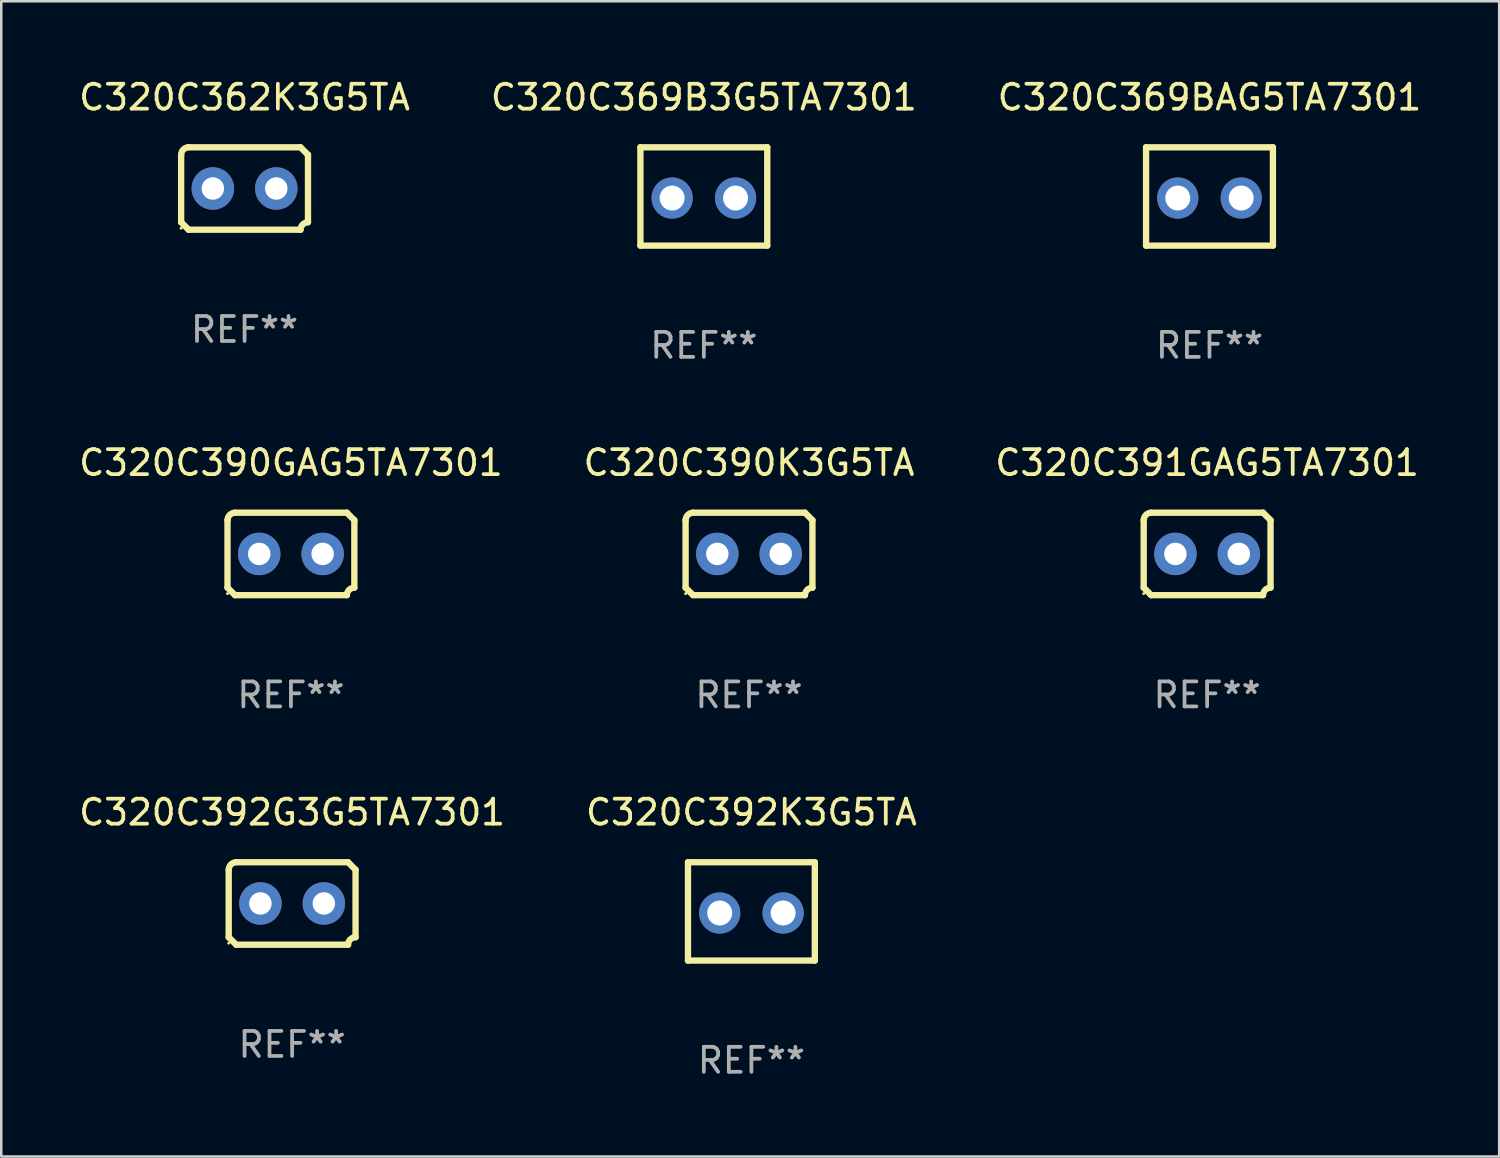
<source format=kicad_pcb>
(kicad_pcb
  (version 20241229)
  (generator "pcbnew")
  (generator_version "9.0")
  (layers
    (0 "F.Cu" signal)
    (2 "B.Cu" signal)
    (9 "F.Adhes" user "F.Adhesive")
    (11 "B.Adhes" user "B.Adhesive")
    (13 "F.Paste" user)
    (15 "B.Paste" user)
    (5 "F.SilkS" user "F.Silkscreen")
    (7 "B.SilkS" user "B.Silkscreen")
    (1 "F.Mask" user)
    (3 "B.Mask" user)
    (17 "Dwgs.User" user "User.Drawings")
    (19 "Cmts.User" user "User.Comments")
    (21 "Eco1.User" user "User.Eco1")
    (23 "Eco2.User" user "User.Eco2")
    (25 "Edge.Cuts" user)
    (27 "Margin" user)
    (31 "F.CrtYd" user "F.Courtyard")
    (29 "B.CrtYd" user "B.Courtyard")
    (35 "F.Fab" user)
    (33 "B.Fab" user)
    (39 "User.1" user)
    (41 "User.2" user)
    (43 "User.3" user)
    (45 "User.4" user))
  (footprint "C320C392K3G5TA"
    (layer "F.Cu")
    (at 27.042 33.449)
    (property "Reference" "C320C392K3G5TA" (at 0 -3.969 0) (layer "F.SilkS") (effects (font (size 1 1) (thickness 0.15))))
    (attr through_hole)
    (fp_line (start -2.54 -1.969) (end -2.54 1.969) (stroke (width 0.254) (type solid)) (layer "F.SilkS"))
    (fp_line (start -2.54 1.969) (end 2.54 1.969) (stroke (width 0.254) (type solid)) (layer "F.SilkS"))
    (fp_line (start 2.54 -1.969) (end -2.54 -1.969) (stroke (width 0.254) (type solid)) (layer "F.SilkS"))
    (fp_line (start 2.54 1.969) (end 2.54 -1.969) (stroke (width 0.254) (type solid)) (layer "F.SilkS"))
    (fp_circle (center -2.55 1.963) (end -2.52 1.963) (stroke (width 0.06) (type solid)) (fill no) (layer "F.SilkS"))
    (fp_text user "REF**" (at 0 5.969 0) (layer "F.Fab") (effects (font (size 1 1) (thickness 0.15))))
    (pad "1" thru_hole circle (at -1.27 0.064) (size 1.65 1.65) (drill 1) (layers "*.Cu" "*.Mask"))
    (pad "2" thru_hole circle (at 1.27 0.064) (size 1.65 1.65) (drill 1) (layers "*.Cu" "*.Mask")))
  (footprint "C320C390K3G5TA"
    (layer "F.Cu")
    (at 26.946 19.133)
    (property "Reference" "C320C390K3G5TA" (at 0 -3.651 0) (layer "F.SilkS") (effects (font (size 1 1) (thickness 0.15))))
    (attr through_hole)
    (fp_line (start -2.54 -1.351) (end -2.54 1.351) (stroke (width 0.254) (type solid)) (layer "F.SilkS"))
    (fp_line (start -2.24 -1.651) (end 2.24 -1.651) (stroke (width 0.254) (type solid)) (layer "F.SilkS"))
    (fp_line (start 2.24 1.651) (end -2.24 1.651) (stroke (width 0.254) (type solid)) (layer "F.SilkS"))
    (fp_line (start 2.54 1.351) (end 2.54 -1.351) (stroke (width 0.254) (type solid)) (layer "F.SilkS"))
    (fp_arc (start -2.540005 -1.351283) (mid -2.450115 -1.561309) (end -2.240005 -1.651003) (stroke (width 0.254001) (type solid)) (layer "F.SilkS"))
    (fp_arc (start -2.240287 1.651001) (mid -2.390163 1.501019) (end -2.540005 1.351003) (stroke (width 0.254001) (type solid)) (layer "F.SilkS"))
    (fp_arc (start 2.240005 1.651003) (mid 2.329934 1.441015) (end 2.540005 1.351282) (stroke (width 0.254001) (type solid)) (layer "F.SilkS"))
    (fp_arc (start 2.540005 -1.351003) (mid 2.389393 -1.500252) (end 2.240284 -1.651003) (stroke (width 0.254001) (type solid)) (layer "F.SilkS"))
    (fp_circle (center -2.54 1.59) (end -2.51 1.59) (stroke (width 0.06) (type solid)) (fill no) (layer "F.SilkS"))
    (fp_text user "REF**" (at 0 5.651 0) (layer "F.Fab") (effects (font (size 1 1) (thickness 0.15))))
    (pad "1" thru_hole circle (at -1.27 0) (size 1.7 1.7) (drill 0.9) (layers "*.Cu" "*.Mask"))
    (pad "2" thru_hole circle (at 1.27 0) (size 1.7 1.7) (drill 0.9) (layers "*.Cu" "*.Mask")))
  (footprint "C320C362K3G5TA"
    (layer "F.Cu")
    (at 6.744 4.499)
    (property "Reference" "C320C362K3G5TA" (at 0 -3.651 0) (layer "F.SilkS") (effects (font (size 1 1) (thickness 0.15))))
    (attr through_hole)
    (fp_line (start -2.54 -1.351) (end -2.54 1.351) (stroke (width 0.254) (type solid)) (layer "F.SilkS"))
    (fp_line (start -2.24 -1.651) (end 2.24 -1.651) (stroke (width 0.254) (type solid)) (layer "F.SilkS"))
    (fp_line (start 2.24 1.651) (end -2.24 1.651) (stroke (width 0.254) (type solid)) (layer "F.SilkS"))
    (fp_line (start 2.54 1.351) (end 2.54 -1.351) (stroke (width 0.254) (type solid)) (layer "F.SilkS"))
    (fp_arc (start -2.540005 -1.351283) (mid -2.450115 -1.561309) (end -2.240005 -1.651003) (stroke (width 0.254001) (type solid)) (layer "F.SilkS"))
    (fp_arc (start -2.240287 1.651001) (mid -2.390163 1.501019) (end -2.540005 1.351003) (stroke (width 0.254001) (type solid)) (layer "F.SilkS"))
    (fp_arc (start 2.240005 1.651003) (mid 2.329934 1.441015) (end 2.540005 1.351282) (stroke (width 0.254001) (type solid)) (layer "F.SilkS"))
    (fp_arc (start 2.540005 -1.351003) (mid 2.389393 -1.500252) (end 2.240284 -1.651003) (stroke (width 0.254001) (type solid)) (layer "F.SilkS"))
    (fp_circle (center -2.54 1.59) (end -2.51 1.59) (stroke (width 0.06) (type solid)) (fill no) (layer "F.SilkS"))
    (fp_text user "REF**" (at 0 5.651 0) (layer "F.Fab") (effects (font (size 1 1) (thickness 0.15))))
    (pad "1" thru_hole circle (at -1.27 0) (size 1.7 1.7) (drill 0.9) (layers "*.Cu" "*.Mask"))
    (pad "2" thru_hole circle (at 1.27 0) (size 1.7 1.7) (drill 0.9) (layers "*.Cu" "*.Mask")))
  (footprint "C320C391GAG5TA7301"
    (layer "F.Cu")
    (at 45.292 19.133)
    (property "Reference" "C320C391GAG5TA7301" (at 0 -3.651 0) (layer "F.SilkS") (effects (font (size 1 1) (thickness 0.15))))
    (attr through_hole)
    (fp_line (start -2.54 -1.351) (end -2.54 1.351) (stroke (width 0.254) (type solid)) (layer "F.SilkS"))
    (fp_line (start -2.24 -1.651) (end 2.24 -1.651) (stroke (width 0.254) (type solid)) (layer "F.SilkS"))
    (fp_line (start 2.24 1.651) (end -2.24 1.651) (stroke (width 0.254) (type solid)) (layer "F.SilkS"))
    (fp_line (start 2.54 1.351) (end 2.54 -1.351) (stroke (width 0.254) (type solid)) (layer "F.SilkS"))
    (fp_arc (start -2.540005 -1.351283) (mid -2.450115 -1.561309) (end -2.240005 -1.651003) (stroke (width 0.254001) (type solid)) (layer "F.SilkS"))
    (fp_arc (start -2.240287 1.651001) (mid -2.390163 1.501019) (end -2.540005 1.351003) (stroke (width 0.254001) (type solid)) (layer "F.SilkS"))
    (fp_arc (start 2.240005 1.651003) (mid 2.329934 1.441015) (end 2.540005 1.351282) (stroke (width 0.254001) (type solid)) (layer "F.SilkS"))
    (fp_arc (start 2.540005 -1.351003) (mid 2.389393 -1.500252) (end 2.240284 -1.651003) (stroke (width 0.254001) (type solid)) (layer "F.SilkS"))
    (fp_circle (center -2.54 1.59) (end -2.51 1.59) (stroke (width 0.06) (type solid)) (fill no) (layer "F.SilkS"))
    (fp_text user "REF**" (at 0 5.651 0) (layer "F.Fab") (effects (font (size 1 1) (thickness 0.15))))
    (pad "1" thru_hole circle (at -1.27 0) (size 1.7 1.7) (drill 0.9) (layers "*.Cu" "*.Mask"))
    (pad "2" thru_hole circle (at 1.27 0) (size 1.7 1.7) (drill 0.9) (layers "*.Cu" "*.Mask")))
  (footprint "C320C390GAG5TA7301"
    (layer "F.Cu")
    (at 8.601 19.133)
    (property "Reference" "C320C390GAG5TA7301" (at 0 -3.651 0) (layer "F.SilkS") (effects (font (size 1 1) (thickness 0.15))))
    (attr through_hole)
    (fp_line (start -2.54 -1.351) (end -2.54 1.351) (stroke (width 0.254) (type solid)) (layer "F.SilkS"))
    (fp_line (start -2.24 -1.651) (end 2.24 -1.651) (stroke (width 0.254) (type solid)) (layer "F.SilkS"))
    (fp_line (start 2.24 1.651) (end -2.24 1.651) (stroke (width 0.254) (type solid)) (layer "F.SilkS"))
    (fp_line (start 2.54 1.351) (end 2.54 -1.351) (stroke (width 0.254) (type solid)) (layer "F.SilkS"))
    (fp_arc (start -2.540005 -1.351283) (mid -2.450115 -1.561309) (end -2.240005 -1.651003) (stroke (width 0.254001) (type solid)) (layer "F.SilkS"))
    (fp_arc (start -2.240287 1.651001) (mid -2.390163 1.501019) (end -2.540005 1.351003) (stroke (width 0.254001) (type solid)) (layer "F.SilkS"))
    (fp_arc (start 2.240005 1.651003) (mid 2.329934 1.441015) (end 2.540005 1.351282) (stroke (width 0.254001) (type solid)) (layer "F.SilkS"))
    (fp_arc (start 2.540005 -1.351003) (mid 2.389393 -1.500252) (end 2.240284 -1.651003) (stroke (width 0.254001) (type solid)) (layer "F.SilkS"))
    (fp_circle (center -2.54 1.59) (end -2.51 1.59) (stroke (width 0.06) (type solid)) (fill no) (layer "F.SilkS"))
    (fp_text user "REF**" (at 0 5.651 0) (layer "F.Fab") (effects (font (size 1 1) (thickness 0.15))))
    (pad "1" thru_hole circle (at -1.27 0) (size 1.7 1.7) (drill 0.9) (layers "*.Cu" "*.Mask"))
    (pad "2" thru_hole circle (at 1.27 0) (size 1.7 1.7) (drill 0.9) (layers "*.Cu" "*.Mask")))
  (footprint "C320C369B3G5TA7301"
    (layer "F.Cu")
    (at 25.137 4.817)
    (property "Reference" "C320C369B3G5TA7301" (at 0 -3.969 0) (layer "F.SilkS") (effects (font (size 1 1) (thickness 0.15))))
    (attr through_hole)
    (fp_line (start -2.54 -1.969) (end -2.54 1.969) (stroke (width 0.254) (type solid)) (layer "F.SilkS"))
    (fp_line (start -2.54 1.969) (end 2.54 1.969) (stroke (width 0.254) (type solid)) (layer "F.SilkS"))
    (fp_line (start 2.54 -1.969) (end -2.54 -1.969) (stroke (width 0.254) (type solid)) (layer "F.SilkS"))
    (fp_line (start 2.54 1.969) (end 2.54 -1.969) (stroke (width 0.254) (type solid)) (layer "F.SilkS"))
    (fp_circle (center -2.55 1.963) (end -2.52 1.963) (stroke (width 0.06) (type solid)) (fill no) (layer "F.SilkS"))
    (fp_text user "REF**" (at 0 5.969 0) (layer "F.Fab") (effects (font (size 1 1) (thickness 0.15))))
    (pad "1" thru_hole circle (at -1.27 0.064) (size 1.65 1.65) (drill 1) (layers "*.Cu" "*.Mask"))
    (pad "2" thru_hole circle (at 1.27 0.064) (size 1.65 1.65) (drill 1) (layers "*.Cu" "*.Mask")))
  (footprint "C320C392G3G5TA7301"
    (layer "F.Cu")
    (at 8.649 33.131)
    (property "Reference" "C320C392G3G5TA7301" (at 0 -3.651 0) (layer "F.SilkS") (effects (font (size 1 1) (thickness 0.15))))
    (attr through_hole)
    (fp_line (start -2.54 -1.351) (end -2.54 1.351) (stroke (width 0.254) (type solid)) (layer "F.SilkS"))
    (fp_line (start -2.24 -1.651) (end 2.24 -1.651) (stroke (width 0.254) (type solid)) (layer "F.SilkS"))
    (fp_line (start 2.24 1.651) (end -2.24 1.651) (stroke (width 0.254) (type solid)) (layer "F.SilkS"))
    (fp_line (start 2.54 1.351) (end 2.54 -1.351) (stroke (width 0.254) (type solid)) (layer "F.SilkS"))
    (fp_arc (start -2.540005 -1.351283) (mid -2.450115 -1.561309) (end -2.240005 -1.651003) (stroke (width 0.254001) (type solid)) (layer "F.SilkS"))
    (fp_arc (start -2.240287 1.651001) (mid -2.390163 1.501019) (end -2.540005 1.351003) (stroke (width 0.254001) (type solid)) (layer "F.SilkS"))
    (fp_arc (start 2.240005 1.651003) (mid 2.329934 1.441015) (end 2.540005 1.351282) (stroke (width 0.254001) (type solid)) (layer "F.SilkS"))
    (fp_arc (start 2.540005 -1.351003) (mid 2.389393 -1.500252) (end 2.240284 -1.651003) (stroke (width 0.254001) (type solid)) (layer "F.SilkS"))
    (fp_circle (center -2.54 1.59) (end -2.51 1.59) (stroke (width 0.06) (type solid)) (fill no) (layer "F.SilkS"))
    (fp_text user "REF**" (at 0 5.651 0) (layer "F.Fab") (effects (font (size 1 1) (thickness 0.15))))
    (pad "1" thru_hole circle (at -1.27 0) (size 1.7 1.7) (drill 0.9) (layers "*.Cu" "*.Mask"))
    (pad "2" thru_hole circle (at 1.27 0) (size 1.7 1.7) (drill 0.9) (layers "*.Cu" "*.Mask")))
  (footprint "C320C369BAG5TA7301"
    (layer "F.Cu")
    (at 45.387 4.817)
    (property "Reference" "C320C369BAG5TA7301" (at 0 -3.969 0) (layer "F.SilkS") (effects (font (size 1 1) (thickness 0.15))))
    (attr through_hole)
    (fp_line (start -2.54 -1.969) (end -2.54 1.969) (stroke (width 0.254) (type solid)) (layer "F.SilkS"))
    (fp_line (start -2.54 1.969) (end 2.54 1.969) (stroke (width 0.254) (type solid)) (layer "F.SilkS"))
    (fp_line (start 2.54 -1.969) (end -2.54 -1.969) (stroke (width 0.254) (type solid)) (layer "F.SilkS"))
    (fp_line (start 2.54 1.969) (end 2.54 -1.969) (stroke (width 0.254) (type solid)) (layer "F.SilkS"))
    (fp_circle (center -2.55 1.963) (end -2.52 1.963) (stroke (width 0.06) (type solid)) (fill no) (layer "F.SilkS"))
    (fp_text user "REF**" (at 0 5.969 0) (layer "F.Fab") (effects (font (size 1 1) (thickness 0.15))))
    (pad "1" thru_hole circle (at -1.27 0.064) (size 1.65 1.65) (drill 1) (layers "*.Cu" "*.Mask"))
    (pad "2" thru_hole circle (at 1.27 0.064) (size 1.65 1.65) (drill 1) (layers "*.Cu" "*.Mask")))
  (gr_rect
    (start -3 -3)
    (end 56.988 43.266)
    (stroke (width 0.1) (type default))
    (fill no)
    (layer "Edge.Cuts")))
</source>
